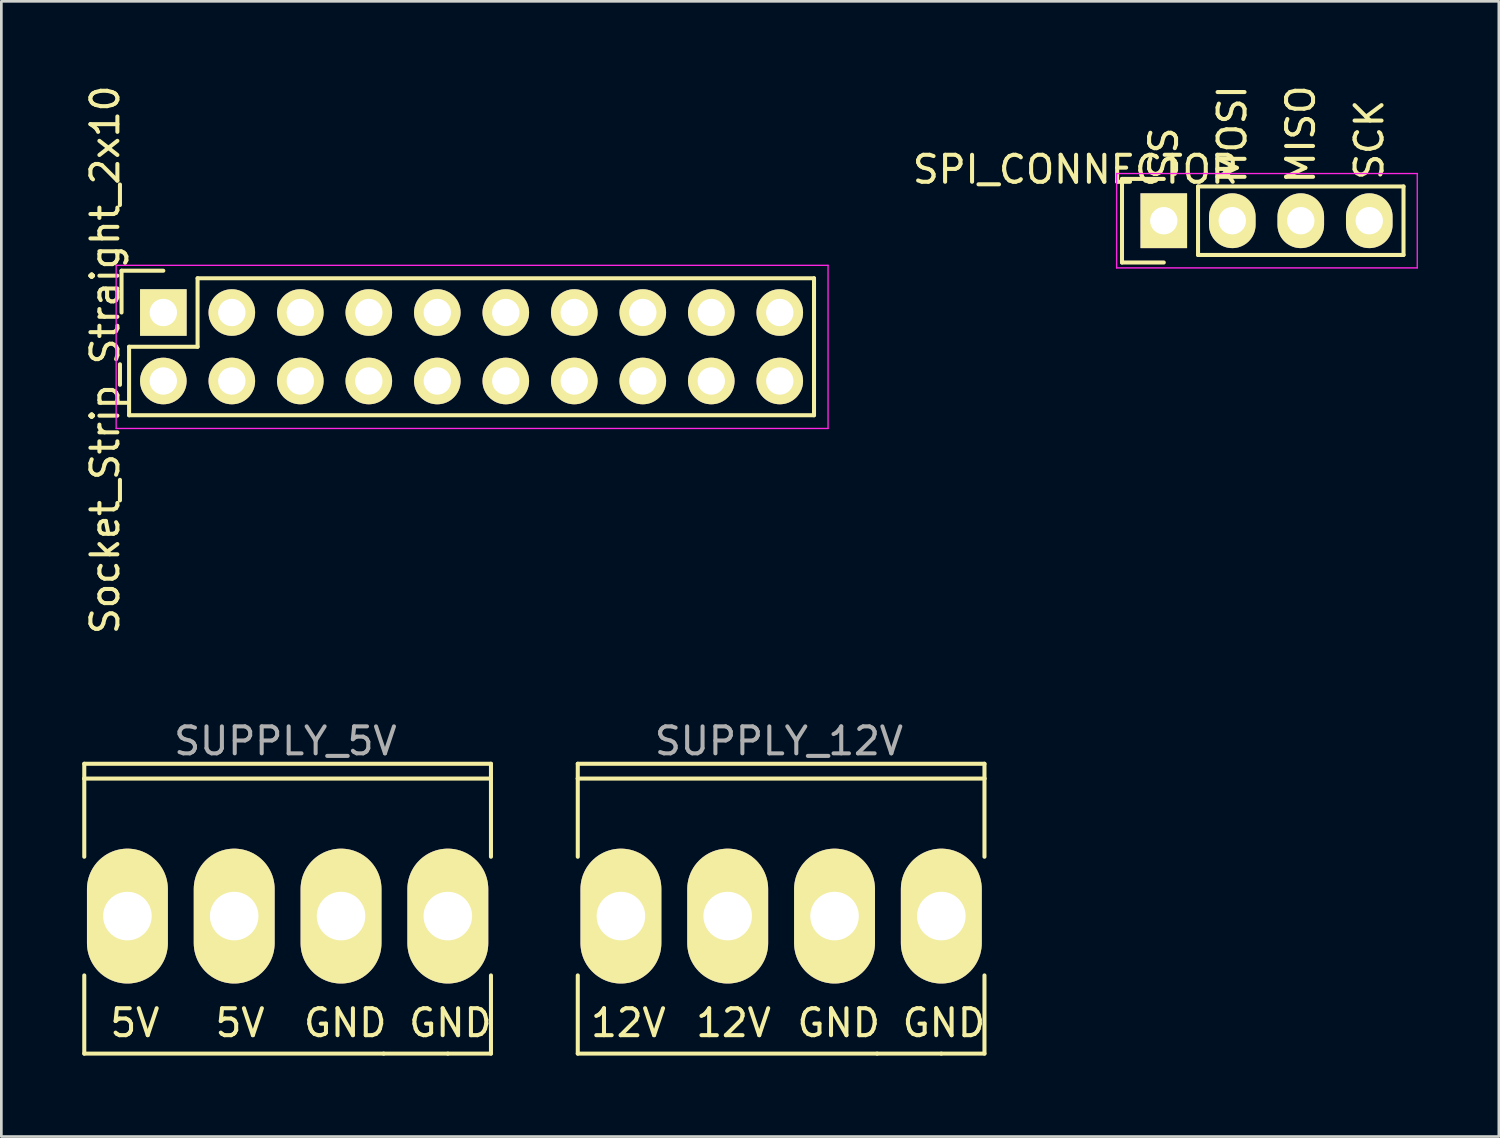
<source format=kicad_pcb>
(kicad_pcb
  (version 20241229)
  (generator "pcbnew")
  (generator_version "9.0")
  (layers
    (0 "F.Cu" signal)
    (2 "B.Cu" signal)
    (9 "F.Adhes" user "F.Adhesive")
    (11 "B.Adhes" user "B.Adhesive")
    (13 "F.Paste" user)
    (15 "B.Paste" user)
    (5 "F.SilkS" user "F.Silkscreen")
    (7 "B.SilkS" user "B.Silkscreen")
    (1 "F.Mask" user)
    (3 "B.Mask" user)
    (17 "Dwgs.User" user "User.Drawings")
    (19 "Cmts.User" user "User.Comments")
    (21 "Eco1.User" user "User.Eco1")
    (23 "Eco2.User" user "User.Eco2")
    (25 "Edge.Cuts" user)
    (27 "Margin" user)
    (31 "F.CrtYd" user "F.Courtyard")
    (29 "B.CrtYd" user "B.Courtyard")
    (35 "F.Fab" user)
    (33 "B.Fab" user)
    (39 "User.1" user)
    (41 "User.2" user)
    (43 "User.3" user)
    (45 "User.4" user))
  (footprint "SPI_CONNECTOR"
    (layer "F.Cu")
    (at 40.108 5.135)
    (property "Reference" "SPI_CONNECTOR" (at -3.277 -1.9 0) (layer "F.SilkS") (effects (font (size 1 1) (thickness 0.15))))
    (attr through_hole)
    (fp_line (start -1.55 -1.55) (end -1.55 1.55) (stroke (width 0.15) (type solid)) (layer "F.SilkS"))
    (fp_line (start -1.55 1.55) (end 0 1.55) (stroke (width 0.15) (type solid)) (layer "F.SilkS"))
    (fp_line (start 0 -1.55) (end -1.55 -1.55) (stroke (width 0.15) (type solid)) (layer "F.SilkS"))
    (fp_line (start 1.27 -1.27) (end 8.89 -1.27) (stroke (width 0.15) (type solid)) (layer "F.SilkS"))
    (fp_line (start 1.27 1.27) (end 1.27 -1.27) (stroke (width 0.15) (type solid)) (layer "F.SilkS"))
    (fp_line (start 1.27 1.27) (end 8.89 1.27) (stroke (width 0.15) (type solid)) (layer "F.SilkS"))
    (fp_line (start 8.89 -1.27) (end 8.89 1.27) (stroke (width 0.15) (type solid)) (layer "F.SilkS"))
    (fp_line (start -1.75 -1.75) (end -1.75 1.75) (stroke (width 0.05) (type solid)) (layer "F.CrtYd"))
    (fp_line (start -1.75 -1.75) (end 9.4 -1.75) (stroke (width 0.05) (type solid)) (layer "F.CrtYd"))
    (fp_line (start -1.75 1.75) (end 9.4 1.75) (stroke (width 0.05) (type solid)) (layer "F.CrtYd"))
    (fp_line (start 9.4 -1.75) (end 9.4 1.75) (stroke (width 0.05) (type solid)) (layer "F.CrtYd"))
    (fp_text user "SCK" (at 7.62 -3 90) (layer "F.SilkS") (effects (font (size 1 1) (thickness 0.15))))
    (fp_text user "SS" (at 0 -2.5 90) (layer "F.SilkS") (effects (font (size 1 1) (thickness 0.15))))
    (fp_text user "MISO" (at 5.08 -3.2 90) (layer "F.SilkS") (effects (font (size 1 1) (thickness 0.15))))
    (fp_text user "MOSI" (at 2.54 -3.2 90) (layer "F.SilkS") (effects (font (size 1 1) (thickness 0.15))))
    (pad "1" thru_hole rect (at 0 0) (size 1.727 2.032) (drill 1.016) (layers "*.Cu" "*.Mask" "F.SilkS"))
    (pad "2" thru_hole oval (at 2.54 0) (size 1.727 2.032) (drill 1.016) (layers "*.Cu" "*.Mask" "F.SilkS"))
    (pad "3" thru_hole oval (at 5.08 0) (size 1.727 2.032) (drill 1.016) (layers "*.Cu" "*.Mask" "F.SilkS"))
    (pad "4" thru_hole oval (at 7.62 0) (size 1.727 2.032) (drill 1.016) (layers "*.Cu" "*.Mask" "F.SilkS")))
  (footprint "SUPPLY_5V"
    (layer "F.Cu")
    (at 7.616 30.922)
    (property "Reference" "SUPPLY_5V" (at -0.08 -6.49 0) (layer "F.Fab") (effects (font (size 1 1) (thickness 0.15))))
    (attr through_hole)
    (fp_line (start -7.541 -5.649) (end -7.541 -5.1) (stroke (width 0.15) (type solid)) (layer "F.SilkS"))
    (fp_line (start -7.541 -5.1) (end -7.541 -2.2) (stroke (width 0.15) (type solid)) (layer "F.SilkS"))
    (fp_line (start -7.541 2.2) (end -7.541 5.1) (stroke (width 0.15) (type solid)) (layer "F.SilkS"))
    (fp_line (start -7.541 5.1) (end 3.561 5.1) (stroke (width 0.15) (type solid)) (layer "F.SilkS"))
    (fp_line (start 3.561 5.1) (end 5.941 5.1) (stroke (width 0.15) (type solid)) (layer "F.SilkS"))
    (fp_line (start 5.941 5.1) (end 7.541 5.1) (stroke (width 0.15) (type solid)) (layer "F.SilkS"))
    (fp_line (start 7.541 -5.649) (end -7.541 -5.649) (stroke (width 0.15) (type solid)) (layer "F.SilkS"))
    (fp_line (start 7.541 -5.1) (end -7.541 -5.1) (stroke (width 0.15) (type solid)) (layer "F.SilkS"))
    (fp_line (start 7.541 -5.1) (end 7.541 -5.649) (stroke (width 0.15) (type solid)) (layer "F.SilkS"))
    (fp_line (start 7.541 -2.2) (end 7.541 -5.1) (stroke (width 0.15) (type solid)) (layer "F.SilkS"))
    (fp_line (start 7.541 5.1) (end 7.541 2.2) (stroke (width 0.15) (type solid)) (layer "F.SilkS"))
    (fp_text user "5V" (at -5.664 3.962 0) (layer "F.SilkS") (effects (font (size 1 1) (thickness 0.15))))
    (fp_text user "5V" (at -1.764 3.962 0) (layer "F.SilkS") (effects (font (size 1 1) (thickness 0.15))))
    (fp_text user "GND" (at 2.136 3.962 0) (layer "F.SilkS") (effects (font (size 1 1) (thickness 0.15))))
    (fp_text user "GND" (at 6.036 3.962 0) (layer "F.SilkS") (effects (font (size 1 1) (thickness 0.15))))
    (pad "1" thru_hole oval (at -5.941 0) (size 3 5.001) (drill 1.801) (layers "*.Cu" "*.Mask" "F.SilkS"))
    (pad "1" thru_hole oval (at -1.981 0) (size 3 5.001) (drill 1.801) (layers "*.Cu" "*.Mask" "F.SilkS"))
    (pad "2" thru_hole oval (at 1.981 0) (size 3 5.001) (drill 1.801) (layers "*.Cu" "*.Mask" "F.SilkS"))
    (pad "2" thru_hole oval (at 5.941 0) (size 3 5.001) (drill 1.801) (layers "*.Cu" "*.Mask" "F.SilkS")))
  (footprint "SUPPLY_12V"
    (layer "F.Cu")
    (at 25.917 30.922)
    (property "Reference" "SUPPLY_12V" (at -0.08 -6.49 0) (layer "F.Fab") (effects (font (size 1 1) (thickness 0.15))))
    (attr through_hole)
    (fp_line (start -7.541 -5.649) (end -7.541 -5.1) (stroke (width 0.15) (type solid)) (layer "F.SilkS"))
    (fp_line (start -7.541 -5.1) (end -7.541 -2.2) (stroke (width 0.15) (type solid)) (layer "F.SilkS"))
    (fp_line (start -7.541 2.2) (end -7.541 5.1) (stroke (width 0.15) (type solid)) (layer "F.SilkS"))
    (fp_line (start -7.541 5.1) (end 3.561 5.1) (stroke (width 0.15) (type solid)) (layer "F.SilkS"))
    (fp_line (start 3.561 5.1) (end 5.941 5.1) (stroke (width 0.15) (type solid)) (layer "F.SilkS"))
    (fp_line (start 5.941 5.1) (end 7.541 5.1) (stroke (width 0.15) (type solid)) (layer "F.SilkS"))
    (fp_line (start 7.541 -5.649) (end -7.541 -5.649) (stroke (width 0.15) (type solid)) (layer "F.SilkS"))
    (fp_line (start 7.541 -5.1) (end -7.541 -5.1) (stroke (width 0.15) (type solid)) (layer "F.SilkS"))
    (fp_line (start 7.541 -5.1) (end 7.541 -5.649) (stroke (width 0.15) (type solid)) (layer "F.SilkS"))
    (fp_line (start 7.541 -2.2) (end 7.541 -5.1) (stroke (width 0.15) (type solid)) (layer "F.SilkS"))
    (fp_line (start 7.541 5.1) (end 7.541 2.2) (stroke (width 0.15) (type solid)) (layer "F.SilkS"))
    (fp_text user "12V" (at -5.664 3.962 0) (layer "F.SilkS") (effects (font (size 1 1) (thickness 0.15))))
    (fp_text user "GND" (at 2.136 3.962 0) (layer "F.SilkS") (effects (font (size 1 1) (thickness 0.15))))
    (fp_text user "12V" (at -1.764 3.962 0) (layer "F.SilkS") (effects (font (size 1 1) (thickness 0.15))))
    (fp_text user "GND" (at 6.036 3.962 0) (layer "F.SilkS") (effects (font (size 1 1) (thickness 0.15))))
    (pad "1" thru_hole oval (at -5.941 0) (size 3 5.001) (drill 1.801) (layers "*.Cu" "*.Mask" "F.SilkS"))
    (pad "1" thru_hole oval (at -1.981 0) (size 3 5.001) (drill 1.801) (layers "*.Cu" "*.Mask" "F.SilkS"))
    (pad "2" thru_hole oval (at 1.981 0) (size 3 5.001) (drill 1.801) (layers "*.Cu" "*.Mask" "F.SilkS"))
    (pad "2" thru_hole oval (at 5.941 0) (size 3 5.001) (drill 1.801) (layers "*.Cu" "*.Mask" "F.SilkS")))
  (footprint "Socket_Strip_Straight_2x10"
    (layer "F.Cu")
    (at 3.007 8.539)
    (property "Reference" "Socket_Strip_Straight_2x10" (at -2.159 1.753 90) (layer "F.SilkS") (effects (font (size 1 1) (thickness 0.15))))
    (attr through_hole)
    (fp_line (start -1.55 -1.55) (end -1.55 0) (stroke (width 0.15) (type solid)) (layer "F.SilkS"))
    (fp_line (start -1.27 1.27) (end 1.27 1.27) (stroke (width 0.15) (type solid)) (layer "F.SilkS"))
    (fp_line (start -1.27 3.81) (end -1.27 1.27) (stroke (width 0.15) (type solid)) (layer "F.SilkS"))
    (fp_line (start 0 -1.55) (end -1.55 -1.55) (stroke (width 0.15) (type solid)) (layer "F.SilkS"))
    (fp_line (start 1.27 -1.27) (end 24.13 -1.27) (stroke (width 0.15) (type solid)) (layer "F.SilkS"))
    (fp_line (start 1.27 1.27) (end 1.27 -1.27) (stroke (width 0.15) (type solid)) (layer "F.SilkS"))
    (fp_line (start 24.13 3.81) (end -1.27 3.81) (stroke (width 0.15) (type solid)) (layer "F.SilkS"))
    (fp_line (start 24.13 3.81) (end 24.13 -1.27) (stroke (width 0.15) (type solid)) (layer "F.SilkS"))
    (fp_line (start -1.75 -1.75) (end -1.75 4.3) (stroke (width 0.05) (type solid)) (layer "F.CrtYd"))
    (fp_line (start -1.75 -1.75) (end 24.65 -1.75) (stroke (width 0.05) (type solid)) (layer "F.CrtYd"))
    (fp_line (start -1.75 4.3) (end 24.65 4.3) (stroke (width 0.05) (type solid)) (layer "F.CrtYd"))
    (fp_line (start 24.65 -1.75) (end 24.65 4.3) (stroke (width 0.05) (type solid)) (layer "F.CrtYd"))
    (pad "1" thru_hole rect (at 0 0) (size 1.727 1.727) (drill 1.016) (layers "*.Cu" "*.Mask" "F.SilkS"))
    (pad "1" thru_hole oval (at 0 2.54) (size 1.727 1.727) (drill 1.016) (layers "*.Cu" "*.Mask" "F.SilkS"))
    (pad "2" thru_hole oval (at 2.54 0) (size 1.727 1.727) (drill 1.016) (layers "*.Cu" "*.Mask" "F.SilkS"))
    (pad "2" thru_hole oval (at 2.54 2.54) (size 1.727 1.727) (drill 1.016) (layers "*.Cu" "*.Mask" "F.SilkS"))
    (pad "3" thru_hole oval (at 5.08 0) (size 1.727 1.727) (drill 1.016) (layers "*.Cu" "*.Mask" "F.SilkS"))
    (pad "3" thru_hole oval (at 5.08 2.54) (size 1.727 1.727) (drill 1.016) (layers "*.Cu" "*.Mask" "F.SilkS"))
    (pad "4" thru_hole oval (at 7.62 0) (size 1.727 1.727) (drill 1.016) (layers "*.Cu" "*.Mask" "F.SilkS"))
    (pad "4" thru_hole oval (at 7.62 2.54) (size 1.727 1.727) (drill 1.016) (layers "*.Cu" "*.Mask" "F.SilkS"))
    (pad "5" thru_hole oval (at 10.16 0) (size 1.727 1.727) (drill 1.016) (layers "*.Cu" "*.Mask" "F.SilkS"))
    (pad "5" thru_hole oval (at 10.16 2.54) (size 1.727 1.727) (drill 1.016) (layers "*.Cu" "*.Mask" "F.SilkS"))
    (pad "6" thru_hole oval (at 12.7 0) (size 1.727 1.727) (drill 1.016) (layers "*.Cu" "*.Mask" "F.SilkS"))
    (pad "6" thru_hole oval (at 12.7 2.54) (size 1.727 1.727) (drill 1.016) (layers "*.Cu" "*.Mask" "F.SilkS"))
    (pad "7" thru_hole oval (at 15.24 0) (size 1.727 1.727) (drill 1.016) (layers "*.Cu" "*.Mask" "F.SilkS"))
    (pad "7" thru_hole oval (at 15.24 2.54) (size 1.727 1.727) (drill 1.016) (layers "*.Cu" "*.Mask" "F.SilkS"))
    (pad "8" thru_hole oval (at 17.78 0) (size 1.727 1.727) (drill 1.016) (layers "*.Cu" "*.Mask" "F.SilkS"))
    (pad "8" thru_hole oval (at 17.78 2.54) (size 1.727 1.727) (drill 1.016) (layers "*.Cu" "*.Mask" "F.SilkS"))
    (pad "9" thru_hole oval (at 20.32 0) (size 1.727 1.727) (drill 1.016) (layers "*.Cu" "*.Mask" "F.SilkS"))
    (pad "9" thru_hole oval (at 20.32 2.54) (size 1.727 1.727) (drill 1.016) (layers "*.Cu" "*.Mask" "F.SilkS"))
    (pad "10" thru_hole oval (at 22.86 0) (size 1.727 1.727) (drill 1.016) (layers "*.Cu" "*.Mask" "F.SilkS"))
    (pad "10" thru_hole oval (at 22.86 2.54) (size 1.727 1.727) (drill 1.016) (layers "*.Cu" "*.Mask" "F.SilkS")))
  (gr_rect
    (start -3 -3)
    (end 52.533 39.097)
    (stroke (width 0.1) (type default))
    (fill no)
    (layer "Edge.Cuts")))
</source>
